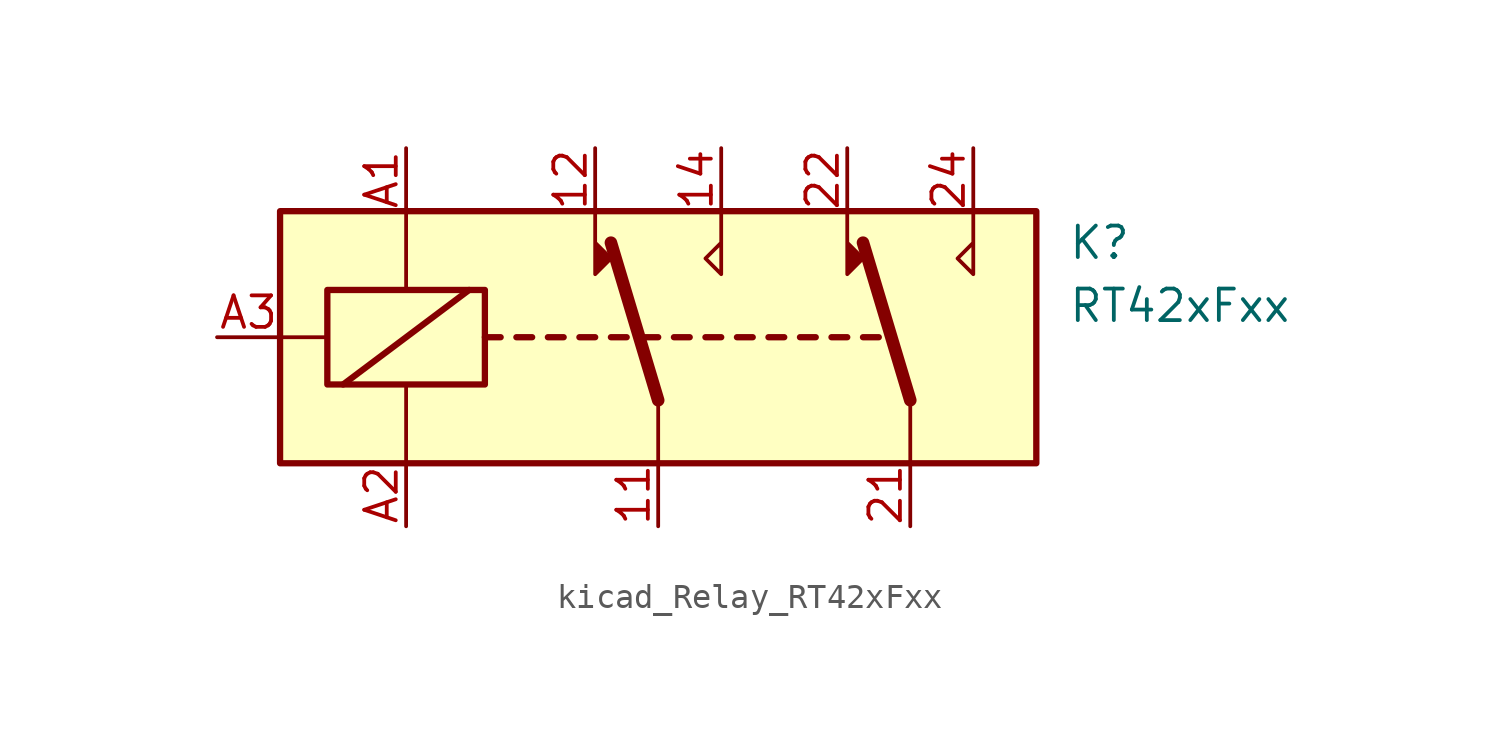
<source format=kicad_sym>
(kicad_symbol_lib
  (version 20220914)
  (generator kicad_symbol_editor)
  (symbol "kicad_Relay_RT42xFxx"
    (property "Reference" "K"
      (at 16.51 3.81 0)
      (effects (font (size 1.27 1.27)) (justify left)))
    (property "Value" "RT42xFxx"
      (at 16.51 1.27 0)
      (effects (font (size 1.27 1.27)) (justify left)))
    (symbol "kicad_Relay_RT42xFxx_0_0"
      (polyline (pts (xy -7.62 1.905) (xy -12.7 -1.905)) (stroke (width 0.254) (type default)) (fill (type none))))
    (symbol "kicad_Relay_RT42xFxx_0_1"
      (rectangle (start -15.24 0) (end -13.335 0) (stroke (width 0) (type default)) (fill (type none)))
      (rectangle (start -15.24 5.08) (end 15.24 -5.08) (stroke (width 0.254) (type default)) (fill (type background)))
      (rectangle (start -13.335 1.905) (end -6.985 -1.905) (stroke (width 0.254) (type default)) (fill (type none)))
      (polyline (pts (xy -10.16 -5.08) (xy -10.16 -1.905)) (stroke (width 0) (type default)) (fill (type none)))
      (polyline (pts (xy -10.16 5.08) (xy -10.16 1.905)) (stroke (width 0) (type default)) (fill (type none)))
      (polyline (pts (xy -6.985 0) (xy -6.35 0)) (stroke (width 0.254) (type default)) (fill (type none)))
      (polyline (pts (xy -5.715 0) (xy -5.08 0)) (stroke (width 0.254) (type default)) (fill (type none)))
      (polyline (pts (xy -4.445 0) (xy -3.81 0)) (stroke (width 0.254) (type default)) (fill (type none)))
      (polyline (pts (xy -3.175 0) (xy -2.54 0)) (stroke (width 0.254) (type default)) (fill (type none)))
      (polyline (pts (xy -1.905 0) (xy -1.27 0)) (stroke (width 0.254) (type default)) (fill (type none)))
      (polyline (pts (xy -0.635 0) (xy 0 0)) (stroke (width 0.254) (type default)) (fill (type none)))
      (polyline (pts (xy 0 -2.54) (xy -1.905 3.81)) (stroke (width 0.508) (type default)) (fill (type none)))
      (polyline (pts (xy 0 -2.54) (xy 0 -5.08)) (stroke (width 0) (type default)) (fill (type none)))
      (polyline (pts (xy 0.635 0) (xy 1.27 0)) (stroke (width 0.254) (type default)) (fill (type none)))
      (polyline (pts (xy 1.905 0) (xy 2.54 0)) (stroke (width 0.254) (type default)) (fill (type none)))
      (polyline (pts (xy 3.175 0) (xy 3.81 0)) (stroke (width 0.254) (type default)) (fill (type none)))
      (polyline (pts (xy 4.445 0) (xy 5.08 0)) (stroke (width 0.254) (type default)) (fill (type none)))
      (polyline (pts (xy 5.715 0) (xy 6.35 0)) (stroke (width 0.254) (type default)) (fill (type none)))
      (polyline (pts (xy 6.985 0) (xy 7.62 0)) (stroke (width 0.254) (type default)) (fill (type none)))
      (polyline (pts (xy 8.255 0) (xy 8.89 0)) (stroke (width 0.254) (type default)) (fill (type none)))
      (polyline (pts (xy 10.16 -2.54) (xy 8.255 3.81)) (stroke (width 0.508) (type default)) (fill (type none)))
      (polyline (pts (xy 10.16 -2.54) (xy 10.16 -5.08)) (stroke (width 0) (type default)) (fill (type none)))
      (polyline (pts (xy -2.54 5.08) (xy -2.54 2.54) (xy -1.905 3.175) (xy -2.54 3.81)) (stroke (width 0) (type default)) (fill (type outline)))
      (polyline (pts (xy 2.54 5.08) (xy 2.54 2.54) (xy 1.905 3.175) (xy 2.54 3.81)) (stroke (width 0) (type default)) (fill (type none)))
      (polyline (pts (xy 7.62 5.08) (xy 7.62 2.54) (xy 8.255 3.175) (xy 7.62 3.81)) (stroke (width 0) (type default)) (fill (type outline)))
      (polyline (pts (xy 12.7 5.08) (xy 12.7 2.54) (xy 12.065 3.175) (xy 12.7 3.81)) (stroke (width 0) (type default)) (fill (type none))))
    (symbol "kicad_Relay_RT42xFxx_1_1"
      (pin passive line (at 0 -7.62 90) (length 2.54) (name "~" (effects (font (size 1.27 1.27)))) (number "11" (effects (font (size 1.27 1.27)))))
      (pin passive line (at -2.54 7.62 270) (length 2.54) (name "~" (effects (font (size 1.27 1.27)))) (number "12" (effects (font (size 1.27 1.27)))))
      (pin passive line (at 2.54 7.62 270) (length 2.54) (name "~" (effects (font (size 1.27 1.27)))) (number "14" (effects (font (size 1.27 1.27)))))
      (pin passive line (at 10.16 -7.62 90) (length 2.54) (name "~" (effects (font (size 1.27 1.27)))) (number "21" (effects (font (size 1.27 1.27)))))
      (pin passive line (at 7.62 7.62 270) (length 2.54) (name "~" (effects (font (size 1.27 1.27)))) (number "22" (effects (font (size 1.27 1.27)))))
      (pin passive line (at 12.7 7.62 270) (length 2.54) (name "~" (effects (font (size 1.27 1.27)))) (number "24" (effects (font (size 1.27 1.27)))))
      (pin passive line (at -10.16 7.62 270) (length 2.54) (name "~" (effects (font (size 1.27 1.27)))) (number "A1" (effects (font (size 1.27 1.27)))))
      (pin passive line (at -10.16 -7.62 90) (length 2.54) (name "~" (effects (font (size 1.27 1.27)))) (number "A2" (effects (font (size 1.27 1.27)))))
      (pin passive line (at -17.78 0 0) (length 2.54) (name "~" (effects (font (size 1.27 1.27)))) (number "A3" (effects (font (size 1.27 1.27))))))))
</source>
